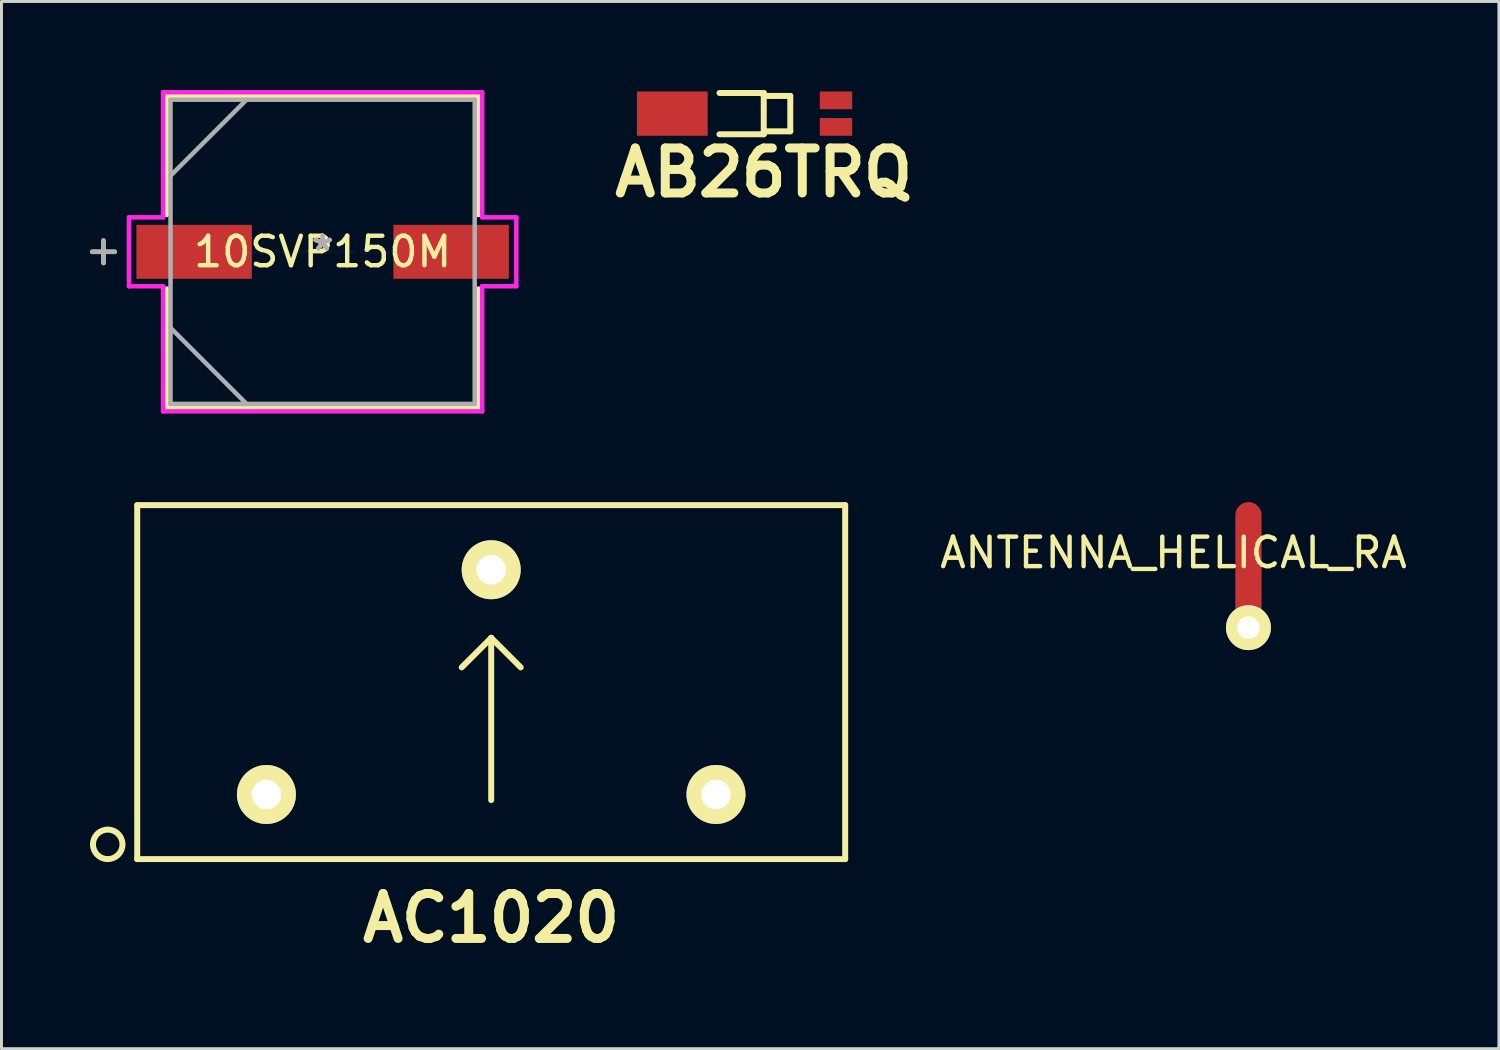
<source format=kicad_pcb>
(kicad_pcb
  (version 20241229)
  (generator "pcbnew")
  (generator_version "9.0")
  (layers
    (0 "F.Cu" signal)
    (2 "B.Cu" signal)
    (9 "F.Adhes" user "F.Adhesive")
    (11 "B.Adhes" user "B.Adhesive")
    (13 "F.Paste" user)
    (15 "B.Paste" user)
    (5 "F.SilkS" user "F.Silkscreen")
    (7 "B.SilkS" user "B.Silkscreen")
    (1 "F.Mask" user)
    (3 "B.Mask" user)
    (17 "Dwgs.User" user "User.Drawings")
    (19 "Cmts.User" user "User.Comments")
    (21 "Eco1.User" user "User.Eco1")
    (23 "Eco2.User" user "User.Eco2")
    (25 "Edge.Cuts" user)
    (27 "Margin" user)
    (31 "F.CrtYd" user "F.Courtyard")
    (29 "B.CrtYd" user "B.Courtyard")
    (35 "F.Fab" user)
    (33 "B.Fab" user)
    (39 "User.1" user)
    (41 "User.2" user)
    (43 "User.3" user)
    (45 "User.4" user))
  (footprint "10SVP150M"
    (layer "F.Cu")
    (at 7.887 5.486)
    (property "Reference" "10SVP150M" (at 0 0 0) (layer "F.SilkS") (effects (font (size 1 1) (thickness 0.15))))
    (attr through_hole)
    (fp_line (start -7.429 -0.381) (end -7.429 0.381) (stroke (width 0.152) (type solid)) (layer "F.SilkS"))
    (fp_line (start -7.048 0) (end -7.811 0) (stroke (width 0.152) (type solid)) (layer "F.SilkS"))
    (fp_line (start -5.283 -5.283) (end -5.283 -1.247) (stroke (width 0.152) (type solid)) (layer "F.SilkS"))
    (fp_line (start -5.283 1.247) (end -5.283 5.283) (stroke (width 0.152) (type solid)) (layer "F.SilkS"))
    (fp_line (start -5.283 5.283) (end 5.283 5.283) (stroke (width 0.152) (type solid)) (layer "F.SilkS"))
    (fp_line (start 5.283 -5.283) (end -5.283 -5.283) (stroke (width 0.152) (type solid)) (layer "F.SilkS"))
    (fp_line (start 5.283 -1.247) (end 5.283 -5.283) (stroke (width 0.152) (type solid)) (layer "F.SilkS"))
    (fp_line (start 5.283 5.283) (end 5.283 1.247) (stroke (width 0.152) (type solid)) (layer "F.SilkS"))
    (fp_line (start -6.566 -1.168) (end -5.41 -1.168) (stroke (width 0.152) (type solid)) (layer "F.CrtYd"))
    (fp_line (start -6.566 1.168) (end -6.566 -1.168) (stroke (width 0.152) (type solid)) (layer "F.CrtYd"))
    (fp_line (start -5.41 -5.41) (end 5.41 -5.41) (stroke (width 0.152) (type solid)) (layer "F.CrtYd"))
    (fp_line (start -5.41 -1.168) (end -5.41 -5.41) (stroke (width 0.152) (type solid)) (layer "F.CrtYd"))
    (fp_line (start -5.41 1.168) (end -6.566 1.168) (stroke (width 0.152) (type solid)) (layer "F.CrtYd"))
    (fp_line (start -5.41 5.41) (end -5.41 1.168) (stroke (width 0.152) (type solid)) (layer "F.CrtYd"))
    (fp_line (start 5.41 -5.41) (end 5.41 -1.168) (stroke (width 0.152) (type solid)) (layer "F.CrtYd"))
    (fp_line (start 5.41 -1.168) (end 6.566 -1.168) (stroke (width 0.152) (type solid)) (layer "F.CrtYd"))
    (fp_line (start 5.41 1.168) (end 5.41 5.41) (stroke (width 0.152) (type solid)) (layer "F.CrtYd"))
    (fp_line (start 5.41 5.41) (end -5.41 5.41) (stroke (width 0.152) (type solid)) (layer "F.CrtYd"))
    (fp_line (start 6.566 -1.168) (end 6.566 1.168) (stroke (width 0.152) (type solid)) (layer "F.CrtYd"))
    (fp_line (start 6.566 1.168) (end 5.41 1.168) (stroke (width 0.152) (type solid)) (layer "F.CrtYd"))
    (fp_line (start -7.429 -0.381) (end -7.429 0.381) (stroke (width 0.152) (type solid)) (layer "F.Fab"))
    (fp_line (start -7.048 0) (end -7.811 0) (stroke (width 0.152) (type solid)) (layer "F.Fab"))
    (fp_line (start -5.156 -5.156) (end -5.156 5.156) (stroke (width 0.152) (type solid)) (layer "F.Fab"))
    (fp_line (start -5.156 -2.578) (end -2.578 -5.156) (stroke (width 0.152) (type solid)) (layer "F.Fab"))
    (fp_line (start -5.156 2.578) (end -2.578 5.156) (stroke (width 0.152) (type solid)) (layer "F.Fab"))
    (fp_line (start -5.156 5.156) (end 5.156 5.156) (stroke (width 0.152) (type solid)) (layer "F.Fab"))
    (fp_line (start 5.156 -5.156) (end -5.156 -5.156) (stroke (width 0.152) (type solid)) (layer "F.Fab"))
    (fp_line (start 5.156 5.156) (end 5.156 -5.156) (stroke (width 0.152) (type solid)) (layer "F.Fab"))
    (fp_text user "*" (at 0 0 0) (layer "F.SilkS") (effects (font (size 1 1) (thickness 0.15))))
    (fp_text user "Copyright 2016 Accelerated Designs. All rights reserved." (at 0 0 0) (layer "Cmts.User") (effects (font (size 0.127 0.127) (thickness 0.002))))
    (fp_text user "*" (at 0 0 0) (layer "F.Fab") (effects (font (size 1 1) (thickness 0.15))))
    (pad "1" smd rect (at -4.356 0) (size 3.912 1.829) (layers "F.Cu" "F.Mask" "F.Paste"))
    (pad "2" smd rect (at 4.356 0) (size 3.912 1.829) (layers "F.Cu" "F.Mask" "F.Paste")))
  (footprint "ANTENNA_HELICAL_RA"
    (layer "F.Cu")
    (at 39.273 14.417)
    (property "Reference" "ANTENNA_HELICAL_RA" (at -2.54 1.27 0) (layer "F.SilkS") (effects (font (size 1 1) (thickness 0.15))))
    (attr through_hole)
    (fp_line (start 0 0) (end 0 3.81) (stroke (width 0.889) (type solid)) (layer "F.Cu"))
    (pad "1" thru_hole circle (at 0 3.81) (size 1.524 1.524) (drill 0.762) (layers "*.Cu" "*.Mask" "F.SilkS")))
  (footprint "AC1020"
    (layer "F.Cu")
    (at 13.602 20.074)
    (property "Reference" "AC1020" (at 0 8 0) (layer "F.SilkS") (effects (font (size 1.524 1.524) (thickness 0.305))))
    (attr through_hole)
    (fp_line (start -12 -6) (end -12 6) (stroke (width 0.203) (type solid)) (layer "F.SilkS"))
    (fp_line (start -12 6) (end 12 6) (stroke (width 0.203) (type solid)) (layer "F.SilkS"))
    (fp_line (start 0 -1.5) (end -1 -0.5) (stroke (width 0.203) (type solid)) (layer "F.SilkS"))
    (fp_line (start 0 -1.5) (end 0 4) (stroke (width 0.203) (type solid)) (layer "F.SilkS"))
    (fp_line (start 0 -1.5) (end 1 -0.5) (stroke (width 0.203) (type solid)) (layer "F.SilkS"))
    (fp_line (start 12 -6) (end -12 -6) (stroke (width 0.203) (type solid)) (layer "F.SilkS"))
    (fp_line (start 12 6) (end 12 -6) (stroke (width 0.203) (type solid)) (layer "F.SilkS"))
    (fp_circle (center -13 5.5) (end -12.5 5.5) (stroke (width 0.203) (type solid)) (fill no) (layer "F.SilkS"))
    (pad "1" thru_hole circle (at -7.62 3.81) (size 2 2) (drill 1) (layers "*.Cu" "*.Mask" "F.SilkS"))
    (pad "2" thru_hole circle (at 0 -3.81) (size 2 2) (drill 1) (layers "*.Cu" "*.Mask" "F.SilkS"))
    (pad "3" thru_hole circle (at 7.62 3.81) (size 2 2) (drill 1) (layers "*.Cu" "*.Mask" "F.SilkS")))
  (footprint "AB26TRQ"
    (layer "F.Cu")
    (at 22.841 0.802)
    (property "Reference" "AB26TRQ" (at 0 2 0) (layer "F.SilkS") (effects (font (size 1.524 1.524) (thickness 0.305))))
    (attr through_hole)
    (fp_line (start -1.5 -0.7) (end 0 -0.7) (stroke (width 0.203) (type solid)) (layer "F.SilkS"))
    (fp_line (start 0 -0.7) (end 0 0.7) (stroke (width 0.203) (type solid)) (layer "F.SilkS"))
    (fp_line (start 0 -0.6) (end 0.9 -0.6) (stroke (width 0.203) (type solid)) (layer "F.SilkS"))
    (fp_line (start 0 0.7) (end -1.5 0.7) (stroke (width 0.203) (type solid)) (layer "F.SilkS"))
    (fp_line (start 0.9 -0.6) (end 0.9 0.6) (stroke (width 0.203) (type solid)) (layer "F.SilkS"))
    (fp_line (start 0.9 0.6) (end 0 0.6) (stroke (width 0.203) (type solid)) (layer "F.SilkS"))
    (pad "1" smd rect (at 2.45 -0.45) (size 1.1 0.6) (layers "F.Cu" "F.Mask" "F.Paste"))
    (pad "2" smd rect (at 2.45 0.45) (size 1.1 0.6) (layers "F.Cu" "F.Mask" "F.Paste"))
    (pad "3" smd rect (at -3.1 0) (size 2.4 1.5) (layers "F.Cu" "F.Mask" "F.Paste")))
  (gr_rect
    (start -3 -3)
    (end 47.763 32.501)
    (stroke (width 0.1) (type default))
    (fill no)
    (layer "Edge.Cuts")))
</source>
